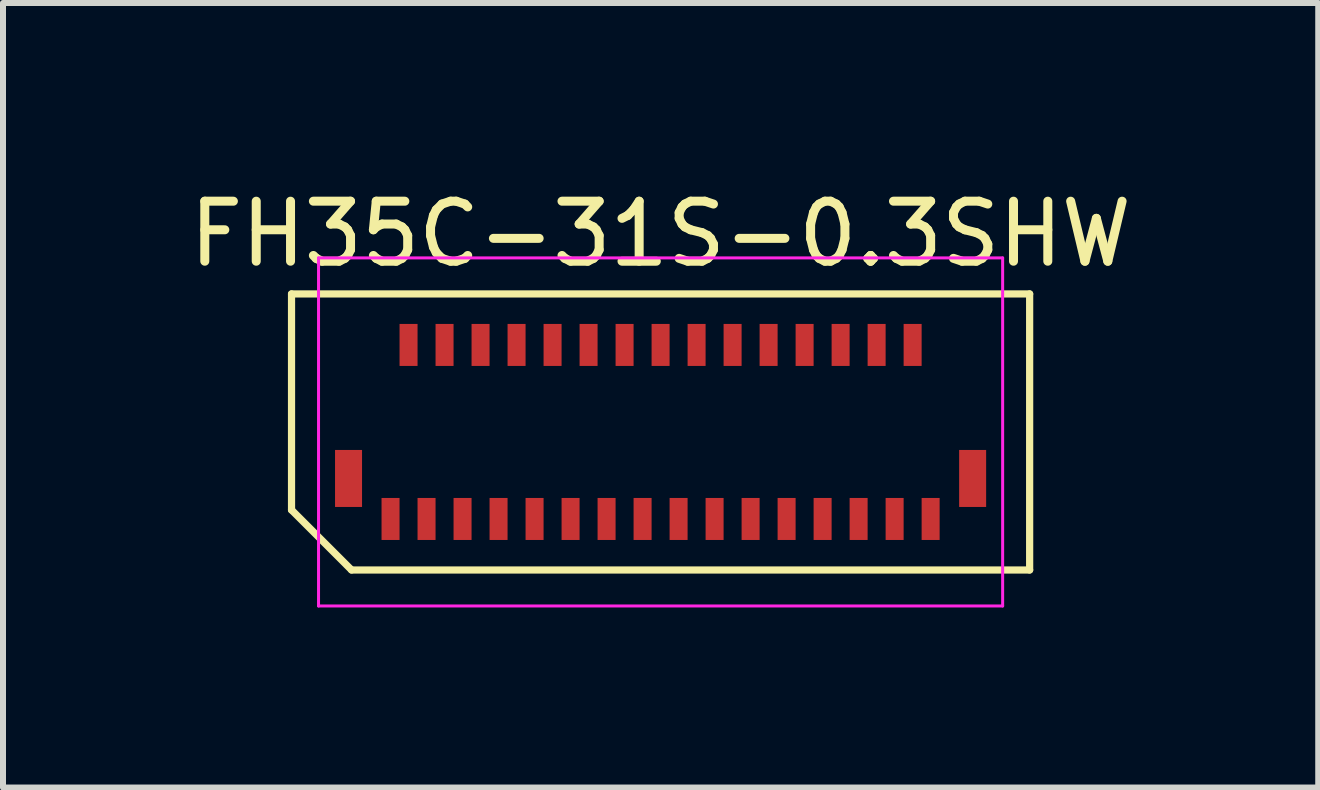
<source format=kicad_pcb>
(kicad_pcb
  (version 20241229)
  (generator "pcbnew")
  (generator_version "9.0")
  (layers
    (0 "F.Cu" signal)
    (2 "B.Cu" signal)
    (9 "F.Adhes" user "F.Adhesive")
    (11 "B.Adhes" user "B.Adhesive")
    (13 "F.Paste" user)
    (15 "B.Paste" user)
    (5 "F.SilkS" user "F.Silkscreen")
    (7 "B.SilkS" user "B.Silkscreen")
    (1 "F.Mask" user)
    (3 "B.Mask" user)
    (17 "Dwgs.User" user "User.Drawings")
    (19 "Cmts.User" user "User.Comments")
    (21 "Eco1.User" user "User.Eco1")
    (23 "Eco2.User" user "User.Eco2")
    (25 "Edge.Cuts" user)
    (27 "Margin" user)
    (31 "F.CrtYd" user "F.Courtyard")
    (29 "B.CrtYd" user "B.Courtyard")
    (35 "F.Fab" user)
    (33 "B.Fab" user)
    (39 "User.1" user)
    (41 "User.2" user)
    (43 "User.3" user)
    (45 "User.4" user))
  (footprint "FH35C-31S-0.3SHW"
    (layer "F.Cu")
    (at 7.958 4.148)
    (property "Reference" "FH35C-31S-0.3SHW" (at 0 -3.3 0) (layer "F.SilkS") (effects (font (size 1 1) (thickness 0.15))))
    (fp_line (start -6.15 -2.3) (end 6.15 -2.3) (stroke (width 0.12) (type solid)) (layer "F.SilkS"))
    (fp_line (start -6.15 1.3) (end -6.15 -2.3) (stroke (width 0.12) (type solid)) (layer "F.SilkS"))
    (fp_line (start -5.15 2.3) (end -6.15 1.3) (stroke (width 0.12) (type solid)) (layer "F.SilkS"))
    (fp_line (start 6.15 -2.3) (end 6.15 2.3) (stroke (width 0.12) (type solid)) (layer "F.SilkS"))
    (fp_line (start 6.15 2.3) (end -5.15 2.3) (stroke (width 0.12) (type solid)) (layer "F.SilkS"))
    (fp_line (start -5.7 -2.9) (end 5.7 -2.9) (stroke (width 0.05) (type solid)) (layer "F.CrtYd"))
    (fp_line (start -5.7 2.9) (end -5.7 -2.9) (stroke (width 0.05) (type solid)) (layer "F.CrtYd"))
    (fp_line (start 5.7 -2.9) (end 5.7 2.9) (stroke (width 0.05) (type solid)) (layer "F.CrtYd"))
    (fp_line (start 5.7 2.9) (end -5.7 2.9) (stroke (width 0.05) (type solid)) (layer "F.CrtYd"))
    (pad "1" smd rect (at -4.5 1.45) (size 0.3 0.7) (layers "F.Cu" "F.Mask" "F.Paste"))
    (pad "2" smd rect (at -4.2 -1.45) (size 0.3 0.7) (layers "F.Cu" "F.Mask" "F.Paste"))
    (pad "3" smd rect (at -3.9 1.45) (size 0.3 0.7) (layers "F.Cu" "F.Mask" "F.Paste"))
    (pad "4" smd rect (at -3.6 -1.45) (size 0.3 0.7) (layers "F.Cu" "F.Mask" "F.Paste"))
    (pad "5" smd rect (at -3.3 1.45) (size 0.3 0.7) (layers "F.Cu" "F.Mask" "F.Paste"))
    (pad "6" smd rect (at -3 -1.45) (size 0.3 0.7) (layers "F.Cu" "F.Mask" "F.Paste"))
    (pad "7" smd rect (at -2.7 1.45) (size 0.3 0.7) (layers "F.Cu" "F.Mask" "F.Paste"))
    (pad "8" smd rect (at -2.4 -1.45) (size 0.3 0.7) (layers "F.Cu" "F.Mask" "F.Paste"))
    (pad "9" smd rect (at -2.1 1.45) (size 0.3 0.7) (layers "F.Cu" "F.Mask" "F.Paste"))
    (pad "10" smd rect (at -1.8 -1.45) (size 0.3 0.7) (layers "F.Cu" "F.Mask" "F.Paste"))
    (pad "11" smd rect (at -1.5 1.45) (size 0.3 0.7) (layers "F.Cu" "F.Mask" "F.Paste"))
    (pad "12" smd rect (at -1.2 -1.45) (size 0.3 0.7) (layers "F.Cu" "F.Mask" "F.Paste"))
    (pad "13" smd rect (at -0.9 1.45) (size 0.3 0.7) (layers "F.Cu" "F.Mask" "F.Paste"))
    (pad "14" smd rect (at -0.6 -1.45) (size 0.3 0.7) (layers "F.Cu" "F.Mask" "F.Paste"))
    (pad "15" smd rect (at -0.3 1.45) (size 0.3 0.7) (layers "F.Cu" "F.Mask" "F.Paste"))
    (pad "16" smd rect (at 0 -1.45) (size 0.3 0.7) (layers "F.Cu" "F.Mask" "F.Paste"))
    (pad "17" smd rect (at 0.3 1.45) (size 0.3 0.7) (layers "F.Cu" "F.Mask" "F.Paste"))
    (pad "18" smd rect (at 0.6 -1.45) (size 0.3 0.7) (layers "F.Cu" "F.Mask" "F.Paste"))
    (pad "19" smd rect (at 0.9 1.45) (size 0.3 0.7) (layers "F.Cu" "F.Mask" "F.Paste"))
    (pad "20" smd rect (at 1.2 -1.45) (size 0.3 0.7) (layers "F.Cu" "F.Mask" "F.Paste"))
    (pad "21" smd rect (at 1.5 1.45) (size 0.3 0.7) (layers "F.Cu" "F.Mask" "F.Paste"))
    (pad "22" smd rect (at 1.8 -1.45) (size 0.3 0.7) (layers "F.Cu" "F.Mask" "F.Paste"))
    (pad "23" smd rect (at 2.1 1.45) (size 0.3 0.7) (layers "F.Cu" "F.Mask" "F.Paste"))
    (pad "24" smd rect (at 2.4 -1.45) (size 0.3 0.7) (layers "F.Cu" "F.Mask" "F.Paste"))
    (pad "25" smd rect (at 2.7 1.45) (size 0.3 0.7) (layers "F.Cu" "F.Mask" "F.Paste"))
    (pad "26" smd rect (at 3 -1.45) (size 0.3 0.7) (layers "F.Cu" "F.Mask" "F.Paste"))
    (pad "27" smd rect (at 3.3 1.45) (size 0.3 0.7) (layers "F.Cu" "F.Mask" "F.Paste"))
    (pad "28" smd rect (at 3.6 -1.45) (size 0.3 0.7) (layers "F.Cu" "F.Mask" "F.Paste"))
    (pad "29" smd rect (at 3.9 1.45) (size 0.3 0.7) (layers "F.Cu" "F.Mask" "F.Paste"))
    (pad "30" smd rect (at 4.2 -1.45) (size 0.3 0.7) (layers "F.Cu" "F.Mask" "F.Paste"))
    (pad "31" smd rect (at 4.5 1.45) (size 0.3 0.7) (layers "F.Cu" "F.Mask" "F.Paste"))
    (pad "~" smd rect (at -5.2 0.775) (size 0.45 0.95) (layers "F.Cu" "F.Mask" "F.Paste"))
    (pad "~" smd rect (at 5.2 0.775) (size 0.45 0.95) (layers "F.Cu" "F.Mask" "F.Paste")))
  (gr_rect
    (start -3 -3)
    (end 18.917 10.073)
    (stroke (width 0.1) (type default))
    (fill no)
    (layer "Edge.Cuts")))
</source>
